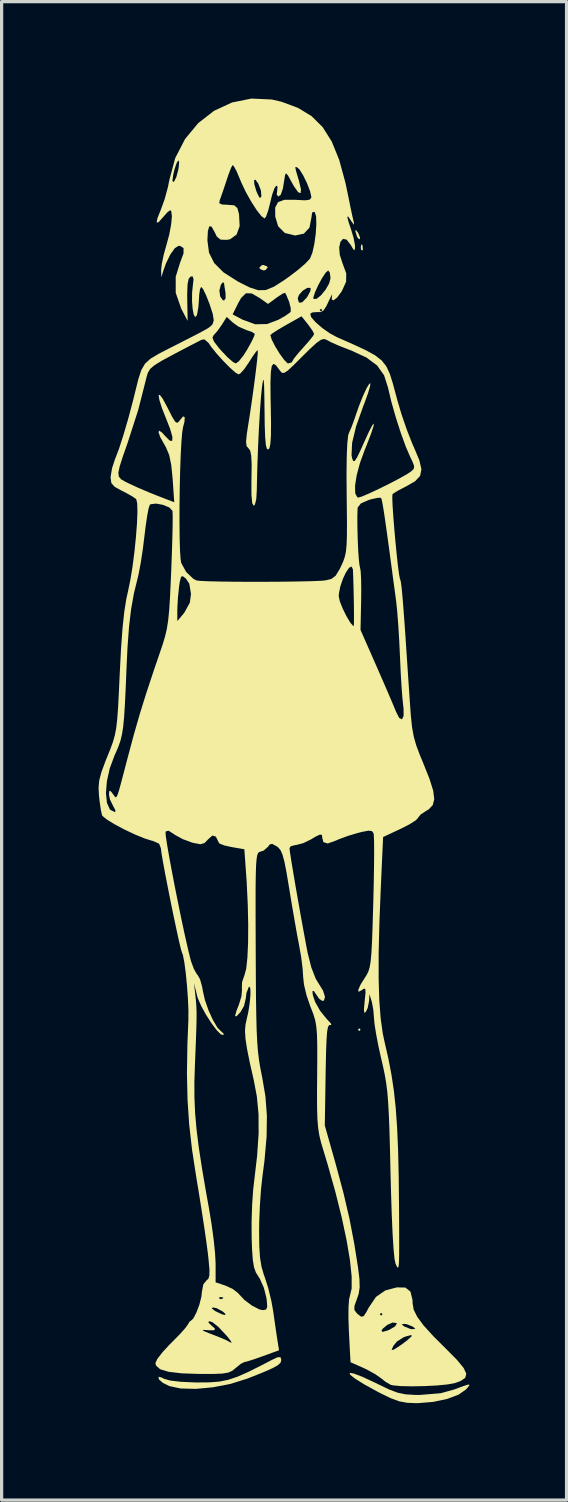
<source format=kicad_pcb>
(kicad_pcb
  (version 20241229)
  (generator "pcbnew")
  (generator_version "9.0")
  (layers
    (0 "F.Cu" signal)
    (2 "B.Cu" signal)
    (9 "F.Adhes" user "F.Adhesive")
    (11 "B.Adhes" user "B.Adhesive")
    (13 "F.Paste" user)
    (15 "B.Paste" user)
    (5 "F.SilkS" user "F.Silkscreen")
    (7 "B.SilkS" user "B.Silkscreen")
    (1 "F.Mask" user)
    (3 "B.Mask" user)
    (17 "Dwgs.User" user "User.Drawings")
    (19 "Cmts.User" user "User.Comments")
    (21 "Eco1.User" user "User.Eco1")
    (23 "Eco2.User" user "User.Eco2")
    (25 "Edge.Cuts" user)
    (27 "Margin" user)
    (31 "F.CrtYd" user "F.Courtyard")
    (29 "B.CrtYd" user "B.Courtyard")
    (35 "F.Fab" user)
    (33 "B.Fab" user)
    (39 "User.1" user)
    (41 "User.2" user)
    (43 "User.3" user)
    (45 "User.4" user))
  (footprint "Lintilla"
    (layer "F.Cu")
    (at 5.739 19.712)
    (property "Reference" "Lintilla" (at 0 0 0) (layer "F.SilkS") (effects (font (size 1.5 1.5) (thickness 0.3))))
    (attr board_only exclude_from_pos_files exclude_from_bom)
    (fp_poly (pts (xy 2.371 9.102) (xy 2.328 9.144) (xy 2.286 9.102) (xy 2.328 9.059)) (stroke (width 0) (type solid)) (fill yes) (layer "F.SilkS"))
    (fp_poly (pts (xy 2.429 -15.171) (xy 2.439 -15.039) (xy 2.422 -15.009) (xy 2.383 -15.034) (xy 2.377 -15.12) (xy 2.398 -15.21)) (stroke (width 0) (type solid)) (fill yes) (layer "F.SilkS"))
    (fp_poly (pts (xy 2.296 -15.551) (xy 2.352 -15.411) (xy 2.347 -15.357) (xy 2.289 -15.387) (xy 2.254 -15.455) (xy 2.206 -15.616) (xy 2.226 -15.648)) (stroke (width 0) (type solid)) (fill yes) (layer "F.SilkS"))
    (fp_poly (pts (xy -0.522 -14.517) (xy -0.508 -14.478) (xy -0.577 -14.403) (xy -0.635 -14.393) (xy -0.748 -14.439) (xy -0.762 -14.478) (xy -0.693 -14.553) (xy -0.635 -14.563)) (stroke (width 0) (type solid)) (fill yes) (layer "F.SilkS"))
    (fp_poly (pts (xy 2.161 19.743) (xy 2.429 19.845) (xy 2.837 20.035) (xy 2.899 20.066) (xy 3.251 20.235) (xy 3.52 20.336) (xy 3.77 20.387) (xy 4.064 20.404) (xy 4.2 20.405) (xy 4.85 20.351) (xy 5.27 20.235) (xy 5.555 20.128) (xy 5.705 20.082) (xy 5.743 20.095) (xy 5.689 20.169) (xy 5.63 20.236) (xy 5.399 20.397) (xy 5.045 20.529) (xy 4.613 20.62) (xy 4.149 20.658) (xy 4.098 20.659) (xy 3.807 20.647) (xy 3.559 20.601) (xy 3.293 20.502) (xy 2.949 20.333) (xy 2.907 20.311) (xy 2.48 20.076) (xy 2.192 19.895) (xy 2.042 19.774) (xy 2.032 19.721)) (stroke (width 0) (type solid)) (fill yes) (layer "F.SilkS"))
    (fp_poly (pts (xy -0.085 19.317) (xy -0.085 19.332) (xy -0.107 19.406) (xy -0.188 19.483) (xy -0.353 19.575) (xy -0.625 19.696) (xy -1.028 19.857) (xy -1.143 19.902) (xy -1.654 20.062) (xy -2.2 20.168) (xy -2.732 20.217) (xy -3.204 20.204) (xy -3.55 20.13) (xy -3.752 20.03) (xy -3.87 19.924) (xy -3.877 19.91) (xy -3.879 19.84) (xy -3.787 19.866) (xy -3.714 19.904) (xy -3.521 19.959) (xy -3.191 19.998) (xy -2.76 20.017) (xy -2.667 20.018) (xy -2.304 20.015) (xy -2.004 19.992) (xy -1.729 19.937) (xy -1.44 19.84) (xy -1.098 19.689) (xy -0.666 19.472) (xy -0.41 19.338) (xy -0.207 19.241) (xy -0.111 19.234)) (stroke (width 0) (type solid)) (fill yes) (layer "F.SilkS"))
    (fp_poly (pts (xy -0.377 -19.683) (xy -0.079 -19.614) (xy 0.432 -19.424) (xy 0.853 -19.168) (xy 1.197 -18.827) (xy 1.477 -18.382) (xy 1.707 -17.816) (xy 1.9 -17.109) (xy 1.986 -16.701) (xy 2.054 -16.359) (xy 2.116 -16.07) (xy 2.16 -15.882) (xy 2.167 -15.854) (xy 2.164 -15.81) (xy 2.095 -15.898) (xy 2.083 -15.917) (xy 1.987 -16.058) (xy 1.957 -16.055) (xy 1.994 -15.903) (xy 2.074 -15.663) (xy 2.153 -15.4) (xy 2.195 -15.176) (xy 2.198 -15.124) (xy 2.186 -15.019) (xy 2.143 -15.048) (xy 2.065 -15.182) (xy 1.937 -15.347) (xy 1.827 -15.37) (xy 1.747 -15.281) (xy 1.708 -15.108) (xy 1.725 -14.878) (xy 1.808 -14.62) (xy 1.814 -14.606) (xy 1.926 -14.3) (xy 1.921 -14.044) (xy 1.796 -13.766) (xy 1.779 -13.737) (xy 1.642 -13.553) (xy 1.532 -13.468) (xy 1.474 -13.495) (xy 1.487 -13.61) (xy 1.489 -13.654) (xy 1.438 -13.557) (xy 1.433 -13.547) (xy 1.309 -13.287) (xy 1.218 -13.15) (xy 1.129 -13.103) (xy 1.035 -13.106) (xy 0.872 -13.093) (xy 0.812 -13.051) (xy 0.839 -12.95) (xy 0.974 -12.794) (xy 1.179 -12.615) (xy 1.416 -12.448) (xy 1.626 -12.334) (xy 2.146 -12.104) (xy 2.537 -11.922) (xy 2.821 -11.765) (xy 3.023 -11.607) (xy 3.166 -11.425) (xy 3.274 -11.195) (xy 3.369 -10.891) (xy 3.477 -10.49) (xy 3.503 -10.39) (xy 3.637 -9.938) (xy 3.803 -9.457) (xy 3.971 -9.029) (xy 4.024 -8.91) (xy 4.187 -8.52) (xy 4.252 -8.24) (xy 4.211 -8.034) (xy 4.055 -7.869) (xy 3.778 -7.71) (xy 3.754 -7.698) (xy 3.533 -7.583) (xy 3.385 -7.492) (xy 3.356 -7.465) (xy 3.35 -7.36) (xy 3.359 -7.124) (xy 3.381 -6.792) (xy 3.412 -6.402) (xy 3.449 -5.989) (xy 3.488 -5.591) (xy 3.526 -5.243) (xy 3.561 -4.982) (xy 3.588 -4.845) (xy 3.592 -4.836) (xy 3.607 -4.793) (xy 3.623 -4.703) (xy 3.642 -4.552) (xy 3.663 -4.326) (xy 3.689 -4.01) (xy 3.721 -3.589) (xy 3.759 -3.05) (xy 3.804 -2.377) (xy 3.859 -1.557) (xy 3.89 -1.101) (xy 3.924 -0.62) (xy 3.962 -0.26) (xy 4.014 0.03) (xy 4.09 0.299) (xy 4.202 0.597) (xy 4.311 0.861) (xy 4.504 1.346) (xy 4.617 1.708) (xy 4.649 1.969) (xy 4.603 2.152) (xy 4.48 2.282) (xy 4.403 2.328) (xy 4.23 2.441) (xy 4.149 2.539) (xy 4.149 2.547) (xy 4.078 2.623) (xy 3.89 2.742) (xy 3.627 2.878) (xy 3.607 2.887) (xy 3.066 3.14) (xy 2.994 4.724) (xy 2.951 5.807) (xy 2.928 6.736) (xy 2.928 7.527) (xy 2.948 8.195) (xy 2.991 8.754) (xy 3.056 9.219) (xy 3.112 9.483) (xy 3.229 9.994) (xy 3.324 10.489) (xy 3.4 10.995) (xy 3.458 11.537) (xy 3.5 12.142) (xy 3.53 12.836) (xy 3.549 13.644) (xy 3.559 14.593) (xy 3.56 14.69) (xy 3.563 15.306) (xy 3.564 15.771) (xy 3.562 16.103) (xy 3.556 16.317) (xy 3.544 16.433) (xy 3.525 16.469) (xy 3.498 16.441) (xy 3.462 16.367) (xy 3.45 16.341) (xy 3.419 16.188) (xy 3.389 15.879) (xy 3.36 15.422) (xy 3.334 14.832) (xy 3.311 14.118) (xy 3.296 13.547) (xy 3.279 12.8) (xy 3.262 12.199) (xy 3.243 11.716) (xy 3.221 11.328) (xy 3.194 11.008) (xy 3.159 10.733) (xy 3.114 10.478) (xy 3.059 10.216) (xy 3.016 10.035) (xy 2.924 9.621) (xy 2.849 9.233) (xy 2.8 8.919) (xy 2.786 8.765) (xy 2.763 8.485) (xy 2.718 8.241) (xy 2.709 8.213) (xy 2.642 8.001) (xy 2.632 8.213) (xy 2.589 8.43) (xy 2.532 8.551) (xy 2.485 8.581) (xy 2.473 8.473) (xy 2.496 8.219) (xy 2.522 7.962) (xy 2.515 7.842) (xy 2.47 7.832) (xy 2.418 7.87) (xy 2.311 7.931) (xy 2.296 7.871) (xy 2.368 7.708) (xy 2.495 7.505) (xy 2.561 7.402) (xy 2.612 7.296) (xy 2.651 7.166) (xy 2.681 6.986) (xy 2.704 6.734) (xy 2.723 6.388) (xy 2.74 5.923) (xy 2.758 5.316) (xy 2.762 5.174) (xy 2.776 4.601) (xy 2.785 4.08) (xy 2.789 3.636) (xy 2.787 3.296) (xy 2.779 3.083) (xy 2.771 3.026) (xy 2.722 2.957) (xy 2.617 2.943) (xy 2.413 2.981) (xy 2.287 3.013) (xy 1.978 3.105) (xy 1.694 3.21) (xy 1.592 3.255) (xy 1.351 3.34) (xy 1.217 3.297) (xy 1.185 3.17) (xy 1.173 3.076) (xy 1.112 3.063) (xy 0.966 3.134) (xy 0.828 3.217) (xy 0.593 3.33) (xy 0.383 3.385) (xy 0.36 3.386) (xy 0.211 3.424) (xy 0.169 3.485) (xy 0.184 3.606) (xy 0.223 3.862) (xy 0.283 4.222) (xy 0.356 4.655) (xy 0.439 5.13) (xy 0.525 5.615) (xy 0.61 6.079) (xy 0.686 6.492) (xy 0.732 6.728) (xy 0.845 7.176) (xy 0.981 7.525) (xy 1.068 7.667) (xy 1.208 7.894) (xy 1.268 8.084) (xy 1.238 8.197) (xy 1.188 8.213) (xy 1.089 8.146) (xy 1.012 8.036) (xy 0.921 7.903) (xy 0.879 7.909) (xy 0.891 8.029) (xy 0.962 8.241) (xy 0.964 8.246) (xy 1.118 8.519) (xy 1.318 8.766) (xy 1.329 8.777) (xy 1.448 8.906) (xy 1.464 8.961) (xy 1.439 8.957) (xy 1.394 8.961) (xy 1.36 9.022) (xy 1.334 9.162) (xy 1.316 9.402) (xy 1.302 9.762) (xy 1.291 10.262) (xy 1.287 10.488) (xy 1.262 12.065) (xy 1.597 13.25) (xy 1.836 14.14) (xy 2.024 14.944) (xy 2.175 15.731) (xy 2.289 16.453) (xy 2.334 16.819) (xy 2.341 17.075) (xy 2.31 17.278) (xy 2.255 17.438) (xy 2.179 17.651) (xy 2.177 17.776) (xy 2.254 17.877) (xy 2.285 17.906) (xy 2.387 17.983) (xy 2.463 17.968) (xy 2.504 17.907) (xy 2.963 17.907) (xy 3.006 17.949) (xy 3.048 17.907) (xy 3.006 17.865) (xy 2.963 17.907) (xy 2.504 17.907) (xy 2.551 17.836) (xy 2.62 17.704) (xy 2.846 17.37) (xy 3.134 17.171) (xy 3.492 17.076) (xy 3.756 17.082) (xy 3.912 17.206) (xy 3.976 17.463) (xy 3.979 17.571) (xy 4.012 17.765) (xy 4.121 17.986) (xy 4.319 18.254) (xy 4.623 18.588) (xy 5.016 18.98) (xy 5.35 19.317) (xy 5.557 19.567) (xy 5.641 19.747) (xy 5.607 19.877) (xy 5.46 19.976) (xy 5.291 20.036) (xy 5.065 20.079) (xy 4.735 20.111) (xy 4.351 20.131) (xy 3.963 20.138) (xy 3.62 20.131) (xy 3.372 20.108) (xy 3.302 20.091) (xy 3.144 20) (xy 3.005 19.89) (xy 2.824 19.763) (xy 2.566 19.62) (xy 2.446 19.564) (xy 2.058 19.392) (xy 2.037 19.007) (xy 3.329 19.007) (xy 3.376 19.011) (xy 3.444 18.974) (xy 3.623 18.856) (xy 3.81 18.716) (xy 3.948 18.591) (xy 3.942 18.549) (xy 3.79 18.588) (xy 3.694 18.623) (xy 3.494 18.752) (xy 3.385 18.883) (xy 3.329 19.007) (xy 2.037 19.007) (xy 2.008 18.444) (xy 2.007 18.42) (xy 3.015 18.42) (xy 3.055 18.454) (xy 3.215 18.406) (xy 3.267 18.384) (xy 3.439 18.281) (xy 3.476 18.217) (xy 3.641 18.217) (xy 3.704 18.274) (xy 3.725 18.288) (xy 3.907 18.361) (xy 3.979 18.37) (xy 4.064 18.359) (xy 4.001 18.302) (xy 3.979 18.288) (xy 3.798 18.215) (xy 3.725 18.206) (xy 3.641 18.217) (xy 3.476 18.217) (xy 3.49 18.194) (xy 3.481 18.179) (xy 3.364 18.164) (xy 3.2 18.234) (xy 3.057 18.352) (xy 3.015 18.42) (xy 2.007 18.42) (xy 1.993 18.032) (xy 1.996 17.684) (xy 2.014 17.439) (xy 2.037 17.347) (xy 2.093 17.112) (xy 2.093 16.735) (xy 2.04 16.232) (xy 1.937 15.62) (xy 1.787 14.916) (xy 1.593 14.137) (xy 1.358 13.299) (xy 1.218 12.834) (xy 1.144 12.586) (xy 1.091 12.364) (xy 1.055 12.134) (xy 1.033 11.863) (xy 1.023 11.518) (xy 1.021 11.067) (xy 1.025 10.548) (xy 1.029 9.983) (xy 1.028 9.558) (xy 1.019 9.241) (xy 0.999 9.002) (xy 0.965 8.811) (xy 0.914 8.638) (xy 0.843 8.452) (xy 0.816 8.387) (xy 0.699 8.047) (xy 0.618 7.709) (xy 0.593 7.479) (xy 0.575 7.208) (xy 0.53 6.851) (xy 0.469 6.501) (xy 0.407 6.176) (xy 0.33 5.74) (xy 0.245 5.248) (xy 0.164 4.754) (xy 0.158 4.721) (xy 0.079 4.246) (xy 0.014 3.911) (xy -0.046 3.688) (xy -0.108 3.546) (xy -0.182 3.459) (xy -0.222 3.43) (xy -0.37 3.35) (xy -0.45 3.375) (xy -0.489 3.435) (xy -0.63 3.559) (xy -0.726 3.591) (xy -0.769 3.603) (xy -0.803 3.635) (xy -0.83 3.706) (xy -0.85 3.83) (xy -0.865 4.024) (xy -0.874 4.306) (xy -0.879 4.69) (xy -0.88 5.193) (xy -0.879 5.833) (xy -0.876 6.625) (xy -0.876 6.655) (xy -0.872 7.469) (xy -0.867 8.136) (xy -0.858 8.677) (xy -0.847 9.113) (xy -0.83 9.467) (xy -0.808 9.759) (xy -0.778 10.011) (xy -0.741 10.246) (xy -0.694 10.484) (xy -0.678 10.563) (xy -0.576 11.159) (xy -0.53 11.761) (xy -0.539 12.413) (xy -0.605 13.157) (xy -0.672 13.674) (xy -0.713 14.055) (xy -0.746 14.532) (xy -0.767 15.033) (xy -0.771 15.325) (xy -0.766 15.8) (xy -0.743 16.153) (xy -0.698 16.433) (xy -0.624 16.685) (xy -0.595 16.764) (xy -0.486 17.106) (xy -0.388 17.515) (xy -0.334 17.822) (xy -0.284 18.173) (xy -0.236 18.503) (xy -0.203 18.718) (xy -0.154 19.022) (xy -0.657 19.205) (xy -0.93 19.301) (xy -1.139 19.367) (xy -1.231 19.389) (xy -1.336 19.441) (xy -1.493 19.569) (xy -1.5 19.575) (xy -1.604 19.659) (xy -1.726 19.713) (xy -1.904 19.743) (xy -2.175 19.755) (xy -2.575 19.755) (xy -2.606 19.755) (xy -3.168 19.736) (xy -3.573 19.688) (xy -3.834 19.609) (xy -3.962 19.494) (xy -3.979 19.416) (xy -3.922 19.292) (xy -3.768 19.092) (xy -3.548 18.852) (xy -3.471 18.776) (xy -3.238 18.54) (xy -3.104 18.391) (xy -2.513 18.391) (xy -2.496 18.42) (xy -2.33 18.491) (xy -2.21 18.536) (xy -1.955 18.636) (xy -1.771 18.717) (xy -1.71 18.752) (xy -1.622 18.796) (xy -1.643 18.741) (xy -1.748 18.604) (xy -1.784 18.563) (xy -2.034 18.297) (xy -2.213 18.155) (xy -2.323 18.121) (xy -2.339 18.164) (xy -2.265 18.237) (xy -2.138 18.352) (xy -2.157 18.404) (xy -2.331 18.403) (xy -2.392 18.397) (xy -2.513 18.391) (xy -3.104 18.391) (xy -3.062 18.344) (xy -2.97 18.22) (xy -2.963 18.2) (xy -2.909 18.12) (xy -2.895 18.119) (xy -2.811 18.045) (xy -2.713 17.859) (xy -2.663 17.727) (xy -2.238 17.727) (xy -2.129 17.808) (xy -2.117 17.815) (xy -1.921 17.909) (xy -1.815 17.934) (xy -1.821 17.889) (xy -1.9 17.82) (xy -2.082 17.722) (xy -2.196 17.697) (xy -2.238 17.727) (xy -2.663 17.727) (xy -2.621 17.615) (xy -2.562 17.385) (xy -2.004 17.385) (xy -1.992 17.435) (xy -1.947 17.441) (xy -1.878 17.41) (xy -1.891 17.385) (xy -1.991 17.375) (xy -2.004 17.385) (xy -2.562 17.385) (xy -2.557 17.366) (xy -2.54 17.205) (xy -2.497 16.983) (xy -2.404 16.866) (xy -2.341 16.81) (xy -2.31 16.709) (xy -2.308 16.527) (xy -2.334 16.229) (xy -2.355 16.036) (xy -2.398 15.706) (xy -2.463 15.252) (xy -2.545 14.717) (xy -2.636 14.144) (xy -2.721 13.631) (xy -2.847 12.808) (xy -2.935 12.035) (xy -2.986 11.266) (xy -3.004 10.455) (xy -2.99 9.558) (xy -2.96 8.805) (xy -2.958 8.505) (xy -2.974 8.134) (xy -3.003 7.734) (xy -3.041 7.348) (xy -3.084 7.02) (xy -3.129 6.792) (xy -3.156 6.72) (xy -3.19 6.61) (xy -3.248 6.367) (xy -3.324 6.022) (xy -3.412 5.608) (xy -3.505 5.157) (xy -3.595 4.702) (xy -3.678 4.276) (xy -3.746 3.909) (xy -3.792 3.636) (xy -3.81 3.489) (xy -3.81 3.485) (xy -3.867 3.345) (xy -4.059 3.261) (xy -4.085 3.255) (xy -4.322 3.181) (xy -4.622 3.057) (xy -4.761 2.991) (xy -3.666 2.991) (xy -3.66 3.099) (xy -3.624 3.344) (xy -3.563 3.698) (xy -3.483 4.133) (xy -3.39 4.62) (xy -3.288 5.131) (xy -3.184 5.639) (xy -3.083 6.113) (xy -2.99 6.527) (xy -2.912 6.853) (xy -2.877 6.985) (xy -2.791 7.219) (xy -2.698 7.384) (xy -2.674 7.408) (xy -2.6 7.538) (xy -2.535 7.769) (xy -2.513 7.895) (xy -2.448 8.185) (xy -2.336 8.504) (xy -2.199 8.805) (xy -2.059 9.04) (xy -1.938 9.163) (xy -1.929 9.167) (xy -1.863 9.235) (xy -1.876 9.266) (xy -1.956 9.246) (xy -2.089 9.11) (xy -2.25 8.895) (xy -2.416 8.635) (xy -2.563 8.368) (xy -2.667 8.128) (xy -2.692 8.043) (xy -2.785 7.662) (xy -2.743 8.043) (xy -2.724 8.224) (xy -2.712 8.393) (xy -2.706 8.579) (xy -2.707 8.811) (xy -2.715 9.119) (xy -2.73 9.531) (xy -2.752 10.077) (xy -2.758 10.215) (xy -2.774 10.731) (xy -2.772 11.211) (xy -2.751 11.686) (xy -2.707 12.187) (xy -2.638 12.744) (xy -2.539 13.388) (xy -2.409 14.15) (xy -2.322 14.632) (xy -2.243 15.112) (xy -2.178 15.591) (xy -2.134 16.016) (xy -2.117 16.332) (xy -2.117 16.34) (xy -2.117 16.92) (xy -1.821 17.018) (xy -1.592 17.122) (xy -1.429 17.247) (xy -1.418 17.26) (xy -1.225 17.465) (xy -0.984 17.645) (xy -0.757 17.76) (xy -0.656 17.78) (xy -0.557 17.763) (xy -0.52 17.683) (xy -0.532 17.497) (xy -0.548 17.386) (xy -0.625 17.084) (xy -0.748 16.81) (xy -0.79 16.744) (xy -0.873 16.61) (xy -0.929 16.45) (xy -0.966 16.226) (xy -0.989 15.901) (xy -1.002 15.537) (xy -1.004 15.048) (xy -0.987 14.525) (xy -0.954 14.047) (xy -0.929 13.829) (xy -0.833 13.01) (xy -0.786 12.317) (xy -0.789 11.714) (xy -0.841 11.166) (xy -0.935 10.668) (xy -1.061 10.114) (xy -1.145 9.693) (xy -1.193 9.378) (xy -1.208 9.139) (xy -1.192 8.946) (xy -1.164 8.815) (xy -1.103 8.544) (xy -1.061 8.267) (xy -1.039 8.019) (xy -1.04 7.84) (xy -1.067 7.768) (xy -1.095 7.789) (xy -1.163 7.97) (xy -1.184 8.14) (xy -1.239 8.37) (xy -1.352 8.563) (xy -1.474 8.69) (xy -1.514 8.676) (xy -1.472 8.519) (xy -1.393 8.317) (xy -1.318 8.071) (xy -1.3 7.861) (xy -1.305 7.829) (xy -1.299 7.632) (xy -1.225 7.417) (xy -1.17 7.216) (xy -1.133 6.872) (xy -1.112 6.409) (xy -1.108 5.853) (xy -1.122 5.229) (xy -1.154 4.562) (xy -1.173 4.278) (xy -1.228 3.518) (xy -1.608 3.453) (xy -1.841 3.402) (xy -1.988 3.346) (xy -2.012 3.324) (xy -2.109 3.128) (xy -2.216 3.094) (xy -2.347 3.209) (xy -2.463 3.328) (xy -2.589 3.362) (xy -2.792 3.325) (xy -2.85 3.31) (xy -3.129 3.207) (xy -3.374 3.074) (xy -3.409 3.048) (xy -3.569 2.946) (xy -3.651 2.962) (xy -3.666 2.991) (xy -4.761 2.991) (xy -4.943 2.905) (xy -5.244 2.745) (xy -5.482 2.599) (xy -5.617 2.488) (xy -5.631 2.466) (xy -5.665 2.316) (xy -5.703 2.063) (xy -5.725 1.87) (xy -5.73 1.784) (xy -5.511 1.784) (xy -5.479 2.085) (xy -5.387 2.291) (xy -5.234 2.371) (xy -5.228 2.371) (xy -5.216 2.313) (xy -5.287 2.182) (xy -5.387 1.976) (xy -5.416 1.823) (xy -5.405 1.704) (xy -5.354 1.731) (xy -5.297 1.805) (xy -5.251 1.87) (xy -5.217 1.909) (xy -5.186 1.903) (xy -5.15 1.831) (xy -5.099 1.672) (xy -5.027 1.406) (xy -4.924 1.012) (xy -4.825 0.635) (xy -4.643 -0.044) (xy -4.462 -0.672) (xy -4.264 -1.307) (xy -4.033 -2.005) (xy -3.861 -2.509) (xy -3.759 -2.808) (xy -3.683 -3.061) (xy -3.626 -3.302) (xy -3.585 -3.564) (xy -3.554 -3.876) (xy -3.302 -3.876) (xy -3.302 -3.543) (xy -3.09 -3.795) (xy -2.915 -4.11) (xy -2.889 -4.306) (xy 1.693 -4.306) (xy 1.729 -4.148) (xy 1.818 -3.925) (xy 1.934 -3.69) (xy 2.051 -3.494) (xy 2.141 -3.392) (xy 2.157 -3.387) (xy 2.163 -3.465) (xy 2.165 -3.677) (xy 2.163 -3.985) (xy 2.159 -4.212) (xy 2.151 -4.578) (xy 2.142 -4.886) (xy 2.134 -5.093) (xy 2.13 -5.148) (xy 2.088 -5.233) (xy 2.011 -5.189) (xy 1.917 -5.05) (xy 1.822 -4.849) (xy 1.743 -4.618) (xy 1.698 -4.392) (xy 1.693 -4.306) (xy -2.889 -4.306) (xy -2.879 -4.381) (xy -2.931 -4.699) (xy -3.036 -4.858) (xy -3.133 -4.932) (xy -3.187 -4.912) (xy -3.224 -4.769) (xy -3.248 -4.605) (xy -3.282 -4.276) (xy -3.301 -3.95) (xy -3.302 -3.876) (xy -3.554 -3.876) (xy -3.553 -3.88) (xy -3.528 -4.283) (xy -3.503 -4.808) (xy -3.491 -5.091) (xy -3.471 -5.622) (xy -3.456 -6.1) (xy -3.447 -6.499) (xy -3.445 -6.789) (xy -3.451 -6.944) (xy -3.453 -6.956) (xy -3.551 -7.059) (xy -3.746 -7.14) (xy -3.962 -7.179) (xy -4.128 -7.158) (xy -4.154 -7.139) (xy -4.19 -7.031) (xy -4.236 -6.792) (xy -4.284 -6.462) (xy -4.318 -6.181) (xy -4.371 -5.756) (xy -4.434 -5.343) (xy -4.498 -5.005) (xy -4.53 -4.868) (xy -4.644 -4.402) (xy -4.731 -3.917) (xy -4.796 -3.373) (xy -4.843 -2.731) (xy -4.871 -2.159) (xy -4.898 -1.498) (xy -4.923 -0.98) (xy -4.948 -0.581) (xy -4.977 -0.276) (xy -5.014 -0.038) (xy -5.061 0.157) (xy -5.123 0.336) (xy -5.202 0.522) (xy -5.243 0.612) (xy -5.393 1.016) (xy -5.482 1.417) (xy -5.511 1.784) (xy -5.73 1.784) (xy -5.739 1.617) (xy -5.719 1.39) (xy -5.652 1.135) (xy -5.528 0.799) (xy -5.469 0.652) (xy -5.369 0.405) (xy -5.293 0.195) (xy -5.236 -0.006) (xy -5.194 -0.227) (xy -5.162 -0.499) (xy -5.136 -0.85) (xy -5.112 -1.31) (xy -5.084 -1.91) (xy -5.083 -1.93) (xy -5.043 -2.701) (xy -4.997 -3.326) (xy -4.944 -3.827) (xy -4.88 -4.228) (xy -4.832 -4.445) (xy -4.758 -4.799) (xy -4.689 -5.221) (xy -4.63 -5.678) (xy -4.583 -6.136) (xy -4.55 -6.563) (xy -4.536 -6.924) (xy -4.543 -7.186) (xy -4.574 -7.317) (xy -4.576 -7.319) (xy -4.699 -7.404) (xy -4.912 -7.522) (xy -5.018 -7.575) (xy -5.24 -7.697) (xy -5.343 -7.812) (xy -5.366 -7.972) (xy -5.365 -8.009) (xy -5.344 -8.14) (xy -5.126 -8.14) (xy -5.113 -8.015) (xy -5.044 -7.932) (xy -4.919 -7.859) (xy -4.812 -7.806) (xy -4.526 -7.674) (xy -4.173 -7.523) (xy -3.921 -7.422) (xy -3.397 -7.22) (xy -3.447 -7.949) (xy -3.49 -8.376) (xy -3.554 -8.683) (xy -3.654 -8.921) (xy -3.696 -8.994) (xy -3.828 -9.231) (xy -3.884 -9.386) (xy -3.863 -9.438) (xy -3.767 -9.369) (xy -3.691 -9.283) (xy -3.539 -9.128) (xy -3.46 -9.117) (xy -3.454 -9.241) (xy -3.524 -9.489) (xy -3.641 -9.788) (xy -3.779 -10.136) (xy -3.858 -10.387) (xy -3.88 -10.527) (xy -3.845 -10.545) (xy -3.756 -10.427) (xy -3.612 -10.161) (xy -3.606 -10.149) (xy -3.463 -9.866) (xy -3.369 -9.715) (xy -3.304 -9.675) (xy -3.247 -9.723) (xy -3.226 -9.755) (xy -3.123 -9.876) (xy -3.072 -9.852) (xy -3.082 -9.701) (xy -3.123 -9.552) (xy -3.151 -9.381) (xy -3.176 -9.073) (xy -3.198 -8.661) (xy -3.215 -8.175) (xy -3.227 -7.646) (xy -3.234 -7.106) (xy -3.235 -6.586) (xy -3.23 -6.116) (xy -3.219 -5.729) (xy -3.2 -5.456) (xy -3.181 -5.341) (xy -3.028 -5.062) (xy -2.806 -4.851) (xy -2.709 -4.8) (xy -2.588 -4.786) (xy -2.327 -4.774) (xy -1.958 -4.766) (xy -1.51 -4.76) (xy -1.012 -4.758) (xy -0.497 -4.759) (xy 0.007 -4.762) (xy 0.469 -4.769) (xy 0.859 -4.778) (xy 1.147 -4.79) (xy 1.275 -4.801) (xy 1.465 -4.846) (xy 1.597 -4.946) (xy 1.72 -5.147) (xy 1.769 -5.249) (xy 1.834 -5.393) (xy 1.882 -5.533) (xy 1.916 -5.694) (xy 1.936 -5.904) (xy 1.946 -6.189) (xy 1.948 -6.576) (xy 1.946 -6.785) (xy 2.269 -6.785) (xy 2.271 -6.451) (xy 2.28 -6.088) (xy 2.295 -5.74) (xy 2.315 -5.45) (xy 2.337 -5.261) (xy 2.349 -5.216) (xy 2.371 -5.097) (xy 2.385 -4.848) (xy 2.39 -4.508) (xy 2.387 -4.196) (xy 2.367 -3.27) (xy 2.872 -2.122) (xy 3.058 -1.696) (xy 3.226 -1.308) (xy 3.361 -0.992) (xy 3.448 -0.784) (xy 3.465 -0.741) (xy 3.566 -0.543) (xy 3.65 -0.502) (xy 3.7 -0.606) (xy 3.699 -0.842) (xy 3.69 -0.91) (xy 3.665 -1.149) (xy 3.637 -1.51) (xy 3.611 -1.946) (xy 3.59 -2.409) (xy 3.588 -2.455) (xy 3.565 -2.938) (xy 3.536 -3.416) (xy 3.503 -3.835) (xy 3.472 -4.141) (xy 3.471 -4.149) (xy 3.36 -4.974) (xy 3.27 -5.646) (xy 3.197 -6.181) (xy 3.139 -6.594) (xy 3.094 -6.9) (xy 3.059 -7.114) (xy 3.033 -7.252) (xy 3.014 -7.329) (xy 2.999 -7.358) (xy 2.904 -7.358) (xy 2.709 -7.315) (xy 2.625 -7.292) (xy 2.378 -7.183) (xy 2.278 -7.054) (xy 2.277 -7.045) (xy 2.269 -6.785) (xy 1.946 -6.785) (xy 1.943 -7.091) (xy 1.939 -7.422) (xy 1.934 -8.098) (xy 1.941 -8.64) (xy 1.958 -9.04) (xy 1.985 -9.287) (xy 2.005 -9.356) (xy 2.089 -9.546) (xy 2.183 -9.803) (xy 2.203 -9.864) (xy 2.319 -10.196) (xy 2.44 -10.5) (xy 2.551 -10.741) (xy 2.636 -10.882) (xy 2.673 -10.902) (xy 2.663 -10.809) (xy 2.601 -10.599) (xy 2.498 -10.311) (xy 2.453 -10.197) (xy 2.229 -9.565) (xy 2.107 -9.058) (xy 2.089 -8.68) (xy 2.108 -8.577) (xy 2.142 -8.494) (xy 2.189 -8.499) (xy 2.263 -8.612) (xy 2.378 -8.851) (xy 2.476 -9.071) (xy 2.635 -9.417) (xy 2.737 -9.61) (xy 2.781 -9.657) (xy 2.768 -9.567) (xy 2.695 -9.347) (xy 2.564 -9.004) (xy 2.498 -8.842) (xy 2.349 -8.432) (xy 2.248 -8.051) (xy 2.198 -7.728) (xy 2.204 -7.492) (xy 2.269 -7.374) (xy 2.304 -7.366) (xy 2.425 -7.403) (xy 2.652 -7.501) (xy 2.945 -7.638) (xy 3.262 -7.795) (xy 3.56 -7.951) (xy 3.799 -8.085) (xy 3.921 -8.165) (xy 4.013 -8.248) (xy 4.028 -8.34) (xy 3.966 -8.498) (xy 3.912 -8.607) (xy 3.772 -8.931) (xy 3.614 -9.364) (xy 3.458 -9.85) (xy 3.321 -10.332) (xy 3.221 -10.754) (xy 3.217 -10.772) (xy 3.096 -11.149) (xy 2.883 -11.45) (xy 2.553 -11.697) (xy 2.083 -11.915) (xy 1.998 -11.947) (xy 1.703 -12.062) (xy 1.456 -12.171) (xy 1.328 -12.24) (xy 1.244 -12.273) (xy 1.144 -12.248) (xy 1.002 -12.148) (xy 0.79 -11.953) (xy 0.575 -11.74) (xy 0.303 -11.468) (xy 0.124 -11.301) (xy 0.011 -11.225) (xy -0.062 -11.224) (xy -0.12 -11.283) (xy -0.149 -11.326) (xy -0.252 -11.461) (xy -0.328 -11.502) (xy -0.379 -11.435) (xy -0.408 -11.246) (xy -0.42 -10.921) (xy -0.416 -10.447) (xy -0.411 -10.203) (xy -0.402 -9.672) (xy -0.405 -9.29) (xy -0.421 -9.038) (xy -0.45 -8.898) (xy -0.487 -8.851) (xy -0.53 -8.874) (xy -0.562 -8.992) (xy -0.583 -9.225) (xy -0.597 -9.591) (xy -0.603 -10.057) (xy -0.609 -10.52) (xy -0.616 -10.827) (xy -0.627 -10.987) (xy -0.642 -11.013) (xy -0.663 -10.917) (xy -0.683 -10.778) (xy -0.714 -10.463) (xy -0.746 -10.02) (xy -0.777 -9.49) (xy -0.804 -8.914) (xy -0.825 -8.333) (xy -0.839 -7.787) (xy -0.842 -7.599) (xy -0.859 -7.317) (xy -0.901 -7.146) (xy -0.938 -7.112) (xy -0.984 -7.196) (xy -1.008 -7.447) (xy -1.009 -7.866) (xy -1.007 -7.965) (xy -1.001 -8.384) (xy -1.015 -8.66) (xy -1.048 -8.821) (xy -1.099 -8.889) (xy -1.158 -8.958) (xy -1.175 -9.092) (xy -1.152 -9.329) (xy -1.12 -9.539) (xy -1.054 -9.955) (xy -0.989 -10.399) (xy -0.928 -10.84) (xy -0.876 -11.246) (xy -0.836 -11.583) (xy -0.813 -11.82) (xy -0.811 -11.925) (xy -0.812 -11.927) (xy -0.866 -11.879) (xy -0.977 -11.723) (xy -1.075 -11.567) (xy -1.223 -11.349) (xy -1.35 -11.207) (xy -1.406 -11.176) (xy -1.507 -11.235) (xy -1.679 -11.389) (xy -1.885 -11.598) (xy -2.09 -11.826) (xy -2.258 -12.035) (xy -2.334 -12.148) (xy -2.458 -12.258) (xy -2.545 -12.25) (xy -2.669 -12.187) (xy -2.904 -12.066) (xy -3.211 -11.905) (xy -3.429 -11.79) (xy -3.776 -11.603) (xy -4.002 -11.465) (xy -4.138 -11.35) (xy -4.213 -11.23) (xy -4.258 -11.079) (xy -4.264 -11.049) (xy -4.511 -10.079) (xy -4.839 -9.059) (xy -4.989 -8.632) (xy -5.084 -8.335) (xy -5.126 -8.14) (xy -5.344 -8.14) (xy -5.322 -8.273) (xy -5.231 -8.55) (xy -5.227 -8.56) (xy -5.11 -8.865) (xy -4.971 -9.294) (xy -4.822 -9.802) (xy -4.677 -10.347) (xy -4.608 -10.626) (xy -4.508 -11.029) (xy -4.417 -11.309) (xy -4.302 -11.507) (xy -4.132 -11.662) (xy -3.874 -11.816) (xy -3.539 -11.988) (xy -3.083 -12.22) (xy -2.895 -12.316) (xy -2.215 -12.316) (xy -2.169 -12.195) (xy -2.019 -11.999) (xy -1.94 -11.908) (xy -1.742 -11.7) (xy -1.577 -11.558) (xy -1.492 -11.515) (xy -1.398 -11.582) (xy -1.258 -11.758) (xy -1.14 -11.944) (xy -1.008 -12.183) (xy -0.923 -12.362) (xy -0.915 -12.393) (xy -0.423 -12.393) (xy -0.381 -12.253) (xy -0.275 -12.045) (xy -0.137 -11.82) (xy 0.001 -11.629) (xy 0.106 -11.523) (xy 0.128 -11.515) (xy 0.241 -11.549) (xy 0.255 -11.578) (xy 0.309 -11.67) (xy 0.448 -11.842) (xy 0.594 -12.005) (xy 0.775 -12.21) (xy 0.898 -12.366) (xy 0.931 -12.429) (xy 0.882 -12.528) (xy 0.763 -12.696) (xy 0.736 -12.731) (xy 0.542 -12.974) (xy 0.059 -12.702) (xy -0.187 -12.558) (xy -0.36 -12.446) (xy -0.423 -12.393) (xy -0.915 -12.393) (xy -0.905 -12.429) (xy -0.989 -12.489) (xy -1.162 -12.548) (xy -1.41 -12.656) (xy -1.588 -12.783) (xy -1.773 -12.956) (xy -1.918 -12.722) (xy -2.055 -12.527) (xy -2.174 -12.394) (xy -2.215 -12.316) (xy -2.895 -12.316) (xy -2.754 -12.388) (xy -2.53 -12.506) (xy -2.386 -12.586) (xy -2.301 -12.642) (xy -2.249 -12.688) (xy -2.211 -12.731) (xy -2.174 -12.847) (xy -2.203 -13.033) (xy -1.59 -13.033) (xy -1.282 -12.87) (xy -0.893 -12.727) (xy -0.523 -12.735) (xy -0.172 -12.868) (xy 0.042 -12.989) (xy 0.184 -13.091) (xy 0.207 -13.116) (xy 0.207 -13.166) (xy 1.101 -13.166) (xy 1.143 -13.123) (xy 1.185 -13.166) (xy 1.143 -13.208) (xy 1.101 -13.166) (xy 0.207 -13.166) (xy 0.207 -13.234) (xy 0.155 -13.431) (xy 0.115 -13.526) (xy 0.423 -13.526) (xy 0.462 -13.396) (xy 0.563 -13.407) (xy 0.704 -13.554) (xy 0.707 -13.559) (xy 0.908 -13.559) (xy 0.912 -13.51) (xy 1.008 -13.514) (xy 1.145 -13.625) (xy 1.287 -13.799) (xy 1.397 -13.992) (xy 1.439 -14.155) (xy 1.417 -14.327) (xy 1.367 -14.393) (xy 1.289 -14.325) (xy 1.177 -14.155) (xy 1.058 -13.935) (xy 0.959 -13.719) (xy 0.908 -13.559) (xy 0.707 -13.559) (xy 0.729 -13.592) (xy 0.815 -13.756) (xy 0.824 -13.851) (xy 0.824 -13.852) (xy 0.721 -13.855) (xy 0.58 -13.767) (xy 0.462 -13.635) (xy 0.423 -13.526) (xy 0.115 -13.526) (xy 0.071 -13.633) (xy 0.032 -13.702) (xy -0.04 -13.676) (xy -0.195 -13.576) (xy -0.24 -13.543) (xy -0.494 -13.356) (xy -0.747 -13.536) (xy -0.997 -13.681) (xy -1.177 -13.687) (xy -1.327 -13.543) (xy -1.421 -13.375) (xy -1.59 -13.033) (xy -2.203 -13.033) (xy -2.206 -13.05) (xy -2.308 -13.364) (xy -2.414 -13.629) (xy -2.484 -13.774) (xy -2 -13.774) (xy -1.976 -13.592) (xy -1.897 -13.475) (xy -1.854 -13.462) (xy -1.807 -13.533) (xy -1.81 -13.695) (xy -1.842 -13.897) (xy -1.858 -14.012) (xy -1.899 -14.022) (xy -1.955 -13.947) (xy -2 -13.774) (xy -2.484 -13.774) (xy -2.505 -13.817) (xy -2.561 -13.885) (xy -2.601 -13.81) (xy -2.627 -13.62) (xy -2.631 -13.525) (xy -2.65 -13.257) (xy -2.689 -13.038) (xy -2.702 -12.999) (xy -2.751 -12.95) (xy -2.795 -13.032) (xy -2.829 -13.209) (xy -2.847 -13.444) (xy -2.845 -13.7) (xy -2.825 -13.897) (xy -2.8 -14.117) (xy -2.825 -14.207) (xy -2.887 -14.206) (xy -2.95 -14.137) (xy -2.985 -13.968) (xy -2.996 -13.67) (xy -2.995 -13.499) (xy -2.983 -12.832) (xy -3.181 -13.211) (xy -3.351 -13.701) (xy -3.352 -14.198) (xy -3.216 -14.635) (xy -3.11 -14.919) (xy -3.109 -15.085) (xy -3.214 -15.152) (xy -3.262 -15.155) (xy -3.38 -15.081) (xy -3.519 -14.886) (xy -3.653 -14.612) (xy -3.731 -14.394) (xy -3.795 -14.182) (xy -3.803 -14.407) (xy -3.781 -14.605) (xy -3.719 -14.895) (xy -3.642 -15.169) (xy -3.6 -15.323) (xy -2.371 -15.323) (xy -2.321 -14.943) (xy -2.161 -14.622) (xy -1.872 -14.334) (xy -1.434 -14.055) (xy -1.396 -14.034) (xy -1.058 -13.865) (xy -0.797 -13.781) (xy -0.565 -13.787) (xy -0.315 -13.888) (xy -0.000133 -14.089) (xy 0.148 -14.194) (xy 0.423 -14.403) (xy 0.654 -14.601) (xy 0.795 -14.75) (xy 0.804 -14.761) (xy 0.878 -14.943) (xy 0.938 -15.214) (xy 0.981 -15.525) (xy 1 -15.826) (xy 0.992 -16.067) (xy 0.951 -16.2) (xy 0.942 -16.207) (xy 0.87 -16.186) (xy 0.847 -16.023) (xy 0.787 -15.717) (xy 0.613 -15.531) (xy 0.343 -15.475) (xy 0.026 -15.552) (xy -0.181 -15.758) (xy -0.271 -16.056) (xy -0.274 -16.337) (xy -0.186 -16.506) (xy 0.015 -16.58) (xy 0.352 -16.579) (xy 0.367 -16.578) (xy 0.644 -16.563) (xy 0.79 -16.581) (xy 0.842 -16.639) (xy 0.845 -16.672) (xy 0.806 -16.846) (xy 0.714 -17.086) (xy 0.596 -17.329) (xy 0.484 -17.51) (xy 0.432 -17.563) (xy 0.371 -17.598) (xy 0.349 -17.582) (xy 0.369 -17.482) (xy 0.433 -17.263) (xy 0.463 -17.166) (xy 0.525 -16.9) (xy 0.513 -16.783) (xy 0.436 -16.816) (xy 0.305 -17.002) (xy 0.237 -17.124) (xy 0.124 -17.33) (xy 0.063 -17.399) (xy 0.033 -17.347) (xy 0.021 -17.272) (xy -0.035 -16.926) (xy -0.102 -16.734) (xy -0.177 -16.679) (xy -0.227 -16.745) (xy -0.212 -16.849) (xy -0.2 -16.983) (xy -0.237 -17.018) (xy -0.294 -16.942) (xy -0.365 -16.745) (xy -0.423 -16.51) (xy -0.49 -16.244) (xy -0.556 -16.06) (xy -0.6 -16.002) (xy -0.699 -16.072) (xy -0.845 -16.258) (xy -1.014 -16.521) (xy -1.183 -16.823) (xy -1.327 -17.126) (xy -1.352 -17.188) (xy -0.926 -17.188) (xy -0.92 -17.066) (xy -0.861 -16.862) (xy -0.833 -16.791) (xy -0.76 -16.645) (xy -0.715 -16.653) (xy -0.701 -16.696) (xy -0.715 -16.868) (xy -0.796 -17.077) (xy -0.883 -17.2) (xy -0.926 -17.188) (xy -1.352 -17.188) (xy -1.368 -17.227) (xy -1.47 -17.468) (xy -1.554 -17.621) (xy -1.596 -17.652) (xy -1.646 -17.551) (xy -1.725 -17.341) (xy -1.784 -17.163) (xy -1.876 -16.886) (xy -1.955 -16.659) (xy -1.988 -16.573) (xy -2.004 -16.474) (xy -1.914 -16.433) (xy -1.749 -16.425) (xy -1.543 -16.409) (xy -1.444 -16.325) (xy -1.392 -16.134) (xy -1.373 -15.767) (xy -1.467 -15.504) (xy -1.665 -15.36) (xy -1.765 -15.34) (xy -1.964 -15.346) (xy -2.081 -15.443) (xy -2.145 -15.575) (xy -2.242 -15.75) (xy -2.313 -15.759) (xy -2.357 -15.607) (xy -2.371 -15.323) (xy -3.6 -15.323) (xy -3.55 -15.509) (xy -3.492 -15.825) (xy -3.47 -16.078) (xy -3.49 -16.23) (xy -3.523 -16.256) (xy -3.605 -16.196) (xy -3.735 -16.051) (xy -3.744 -16.04) (xy -3.884 -15.885) (xy -3.942 -15.875) (xy -3.918 -16.007) (xy -3.81 -16.278) (xy -3.806 -16.288) (xy -3.692 -16.605) (xy -3.59 -16.983) (xy -3.554 -17.167) (xy -3.454 -17.167) (xy -3.421 -17.13) (xy -3.402 -17.145) (xy -3.334 -17.278) (xy -3.273 -17.503) (xy -3.261 -17.568) (xy -3.245 -17.754) (xy -3.27 -17.799) (xy -3.321 -17.721) (xy -3.384 -17.539) (xy -3.428 -17.357) (xy -3.454 -17.167) (xy -3.554 -17.167) (xy -3.547 -17.199) (xy -3.366 -17.872) (xy -3.062 -18.461) (xy -2.655 -18.953) (xy -2.164 -19.334) (xy -1.608 -19.591) (xy -1.006 -19.712)) (stroke (width 0) (type solid)) (fill yes) (layer "F.SilkS")))
  (gr_rect
    (start -3 -3)
    (end 14.482 43.371)
    (stroke (width 0.1) (type default))
    (fill no)
    (layer "Edge.Cuts")))
</source>
